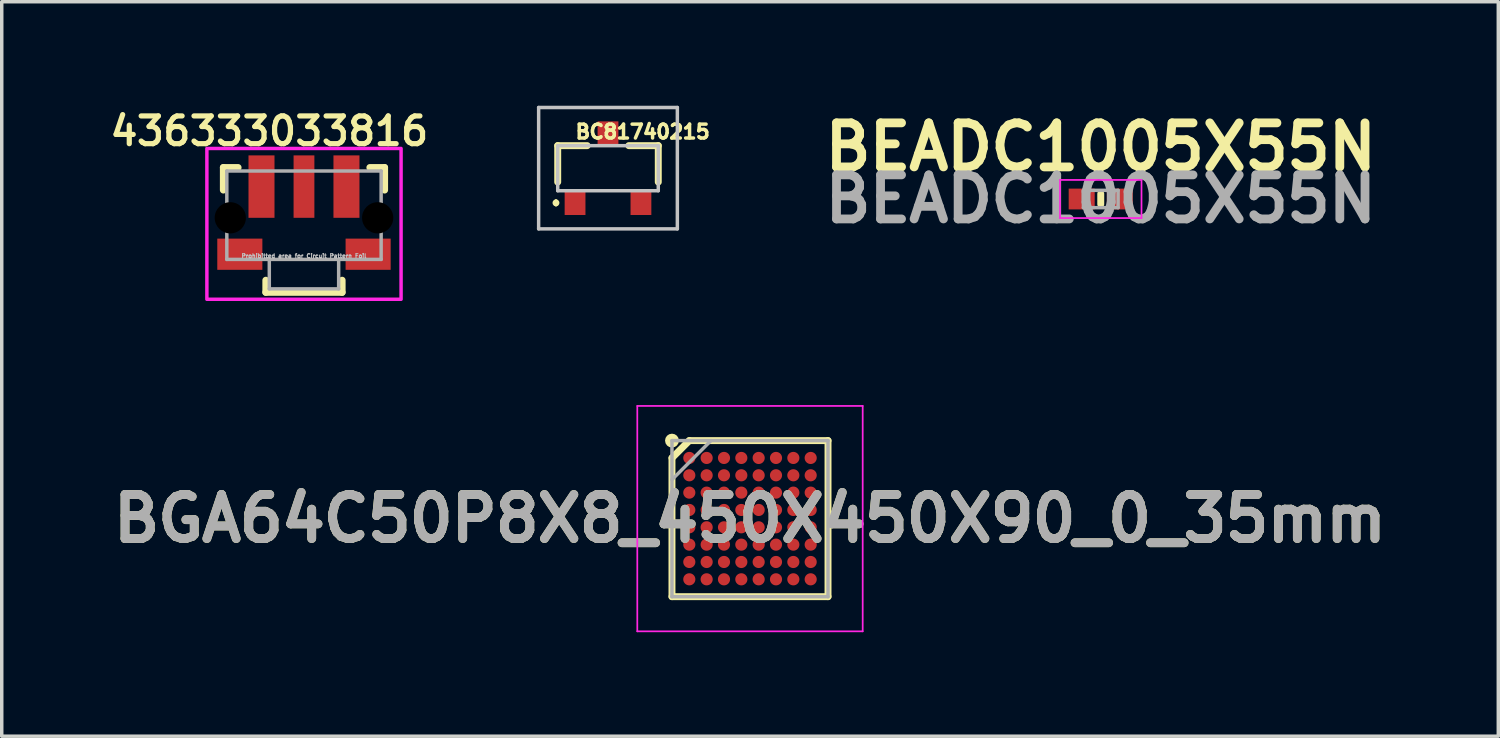
<source format=kicad_pcb>
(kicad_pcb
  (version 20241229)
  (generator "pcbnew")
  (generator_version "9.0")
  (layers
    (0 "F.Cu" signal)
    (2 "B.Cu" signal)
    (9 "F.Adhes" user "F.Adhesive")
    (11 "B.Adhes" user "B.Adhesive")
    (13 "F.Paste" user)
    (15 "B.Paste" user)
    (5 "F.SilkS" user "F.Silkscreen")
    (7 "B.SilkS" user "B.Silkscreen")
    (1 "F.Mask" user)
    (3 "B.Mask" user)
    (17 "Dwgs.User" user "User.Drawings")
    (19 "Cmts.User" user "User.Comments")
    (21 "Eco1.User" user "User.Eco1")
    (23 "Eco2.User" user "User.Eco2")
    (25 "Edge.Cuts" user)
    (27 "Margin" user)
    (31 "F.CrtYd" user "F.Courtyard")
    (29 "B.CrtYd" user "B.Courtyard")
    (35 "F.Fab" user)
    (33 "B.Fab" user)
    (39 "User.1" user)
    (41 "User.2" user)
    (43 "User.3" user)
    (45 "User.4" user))
  (footprint "BC81740215"
    (layer "F.Cu")
    (at 14.483 1.8)
    (property "Reference" "BC81740215" (at 1 -1.05 0) (unlocked yes) (layer "F.SilkS") (effects (font (size 0.4 0.4) (thickness 0.254))))
    (attr smd)
    (fp_line (start -1.5 0.95) (end -1.5 0.95) (stroke (width 0.1) (type solid)) (layer "F.SilkS"))
    (fp_line (start -1.5 1.05) (end -1.5 1.05) (stroke (width 0.1) (type solid)) (layer "F.SilkS"))
    (fp_line (start -1.45 -0.65) (end -1.45 0.4) (stroke (width 0.2) (type solid)) (layer "F.SilkS"))
    (fp_line (start -0.6 -0.65) (end -1.45 -0.65) (stroke (width 0.2) (type solid)) (layer "F.SilkS"))
    (fp_line (start 0.6 -0.65) (end 1.45 -0.65) (stroke (width 0.2) (type solid)) (layer "F.SilkS"))
    (fp_line (start 1.45 -0.65) (end 1.45 0.4) (stroke (width 0.2) (type solid)) (layer "F.SilkS"))
    (fp_arc (start -1.5 0.95) (mid -1.45 1) (end -1.5 1.05) (stroke (width 0.1) (type solid)) (layer "F.SilkS"))
    (fp_arc (start -1.5 1.05) (mid -1.55 1) (end -1.5 0.95) (stroke (width 0.1) (type solid)) (layer "F.SilkS"))
    (fp_line (start -2 -1.75) (end 2 -1.75) (stroke (width 0.1) (type solid)) (layer "Dwgs.User"))
    (fp_line (start -2 1.75) (end -2 -1.75) (stroke (width 0.1) (type solid)) (layer "Dwgs.User"))
    (fp_line (start -1.45 -0.65) (end 1.45 -0.65) (stroke (width 0.1) (type solid)) (layer "Dwgs.User"))
    (fp_line (start -1.45 0.65) (end -1.45 -0.65) (stroke (width 0.1) (type solid)) (layer "Dwgs.User"))
    (fp_line (start 1.45 -0.65) (end 1.45 0.65) (stroke (width 0.1) (type solid)) (layer "Dwgs.User"))
    (fp_line (start 1.45 0.65) (end -1.45 0.65) (stroke (width 0.1) (type solid)) (layer "Dwgs.User"))
    (fp_line (start 2 -1.75) (end 2 1.75) (stroke (width 0.1) (type solid)) (layer "Dwgs.User"))
    (fp_line (start 2 1.75) (end -2 1.75) (stroke (width 0.1) (type solid)) (layer "Dwgs.User"))
    (pad "1" smd rect (at -0.95 1) (size 0.6 0.7) (layers "F.Cu" "F.Mask" "F.Paste"))
    (pad "2" smd rect (at 0.95 1) (size 0.6 0.7) (layers "F.Cu" "F.Mask" "F.Paste"))
    (pad "3" smd rect (at 0 -1) (size 0.6 0.7) (layers "F.Cu" "F.Mask" "F.Paste")))
  (footprint "BEADC1005X55N"
    (layer "F.Cu")
    (at 28.693 2.689)
    (property "Reference" "BEADC1005X55N" (at 0 -1.5 0) (layer "F.SilkS") (effects (font (size 1.27 1.27) (thickness 0.254))))
    (attr smd)
    (fp_line (start 0 -0.15) (end 0 0.15) (stroke (width 0.2) (type solid)) (layer "F.SilkS"))
    (fp_line (start -1.175 -0.55) (end 1.175 -0.55) (stroke (width 0.05) (type solid)) (layer "F.CrtYd"))
    (fp_line (start -1.175 0.55) (end -1.175 -0.55) (stroke (width 0.05) (type solid)) (layer "F.CrtYd"))
    (fp_line (start 1.175 -0.55) (end 1.175 0.55) (stroke (width 0.05) (type solid)) (layer "F.CrtYd"))
    (fp_line (start 1.175 0.55) (end -1.175 0.55) (stroke (width 0.05) (type solid)) (layer "F.CrtYd"))
    (fp_line (start -0.5 -0.25) (end 0.5 -0.25) (stroke (width 0.1) (type solid)) (layer "F.Fab"))
    (fp_line (start -0.5 0.25) (end -0.5 -0.25) (stroke (width 0.1) (type solid)) (layer "F.Fab"))
    (fp_line (start 0.5 -0.25) (end 0.5 0.25) (stroke (width 0.1) (type solid)) (layer "F.Fab"))
    (fp_line (start 0.5 0.25) (end -0.5 0.25) (stroke (width 0.1) (type solid)) (layer "F.Fab"))
    (fp_text user "${REFERENCE}" (at 0 0 0) (layer "F.Fab") (effects (font (size 1.27 1.27) (thickness 0.254))))
    (pad "1" smd rect (at -0.55 0 90) (size 0.6 0.75) (layers "F.Cu" "F.Mask" "F.Paste"))
    (pad "2" smd rect (at 0.55 0 90) (size 0.6 0.75) (layers "F.Cu" "F.Mask" "F.Paste")))
  (footprint "436333033816"
    (layer "F.Cu")
    (at 5.716 3.231)
    (property "Reference" "436333033816" (at -1 -2.5 0) (layer "F.SilkS") (effects (font (size 0.8 0.8) (thickness 0.15))))
    (attr smd)
    (fp_line (start -2.325 -1.45) (end -2.325 -0.8) (stroke (width 0.2) (type solid)) (layer "F.SilkS"))
    (fp_line (start -1.9 -1.45) (end -2.325 -1.45) (stroke (width 0.2) (type solid)) (layer "F.SilkS"))
    (fp_line (start -1.1 1.8) (end -1.1 2.15) (stroke (width 0.2) (type solid)) (layer "F.SilkS"))
    (fp_line (start -1.1 2.15) (end 1.1 2.15) (stroke (width 0.2) (type solid)) (layer "F.SilkS"))
    (fp_line (start 1.1 2.15) (end 1.1 1.8) (stroke (width 0.2) (type solid)) (layer "F.SilkS"))
    (fp_line (start 1.9 -1.45) (end 2.325 -1.45) (stroke (width 0.2) (type solid)) (layer "F.SilkS"))
    (fp_line (start 2.325 -1.45) (end 2.325 -0.8) (stroke (width 0.2) (type solid)) (layer "F.SilkS"))
    (fp_poly (pts (xy -2.8 -2) (xy 2.8 -2) (xy 2.8 2.35) (xy -2.8 2.35)) (stroke (width 0.1) (type solid)) (fill no) (layer "F.CrtYd"))
    (fp_line (start -2.225 -1.35) (end 2.225 -1.35) (stroke (width 0.1) (type solid)) (layer "F.Fab"))
    (fp_line (start -2.225 1.2) (end -2.225 -1.35) (stroke (width 0.1) (type solid)) (layer "F.Fab"))
    (fp_line (start -1 1.2) (end -2.225 1.2) (stroke (width 0.1) (type solid)) (layer "F.Fab"))
    (fp_line (start -1 1.2) (end -1 2.05) (stroke (width 0.1) (type solid)) (layer "F.Fab"))
    (fp_line (start -1 2.05) (end 1 2.05) (stroke (width 0.1) (type solid)) (layer "F.Fab"))
    (fp_line (start 1 1.2) (end -1 1.2) (stroke (width 0.1) (type solid)) (layer "F.Fab"))
    (fp_line (start 1 2.05) (end 1 1.2) (stroke (width 0.1) (type solid)) (layer "F.Fab"))
    (fp_line (start 2.225 -1.35) (end 2.225 1.2) (stroke (width 0.1) (type solid)) (layer "F.Fab"))
    (fp_line (start 2.225 1.2) (end 1 1.2) (stroke (width 0.1) (type solid)) (layer "F.Fab"))
    (fp_text user "Prohibitted area for Circuit Pattern Foil" (at 0 1.1 0) (layer "Dwgs.User") (effects (font (size 0.118 0.118) (thickness 0.15))))
    (pad "" np_thru_hole circle (at -2.125 0) (size 0.9 0.9) (drill 0.9) (layers "*.Mask"))
    (pad "" np_thru_hole circle (at 2.125 0) (size 0.9 0.9) (drill 0.9) (layers "*.Mask"))
    (pad "1" smd rect (at -1.225 -0.9) (size 0.75 1.8) (layers "F.Cu" "F.Mask" "F.Paste"))
    (pad "2" smd rect (at 0 -0.9) (size 0.6 1.8) (layers "F.Cu" "F.Mask" "F.Paste"))
    (pad "3" smd rect (at 1.225 -0.9) (size 0.75 1.8) (layers "F.Cu" "F.Mask" "F.Paste"))
    (pad "Z1" smd rect (at -1.85 1.05) (size 1.3 0.9) (layers "F.Cu" "F.Mask" "F.Paste"))
    (pad "Z2" smd rect (at 1.85 1.05) (size 1.3 0.9) (layers "F.Cu" "F.Mask" "F.Paste"))
    (zone (net_name "") (layer "F.Cu") (hatch full 0.508) (connect_pads) (min_thickness 0.1) (filled_areas_thickness no) (keepout (tracks not_allowed) (vias not_allowed) (pads not_allowed) (copperpour not_allowed) (footprints allowed)) (placement (enabled no)) (fill) (polygon (pts (xy 4.716 3.531) (xy 6.716 3.531) (xy 6.716 4.731) (xy 4.716 4.731)))))
  (footprint "BGA64C50P8X8_450X450X90_0_35mm"
    (layer "F.Cu")
    (at 18.578 11.906)
    (property "Reference" "BGA64C50P8X8_450X450X90_0_35mm" (at 0 0 0) (layer "F.SilkS") (effects (font (size 1.27 1.27) (thickness 0.254))))
    (attr smd)
    (fp_line (start -2.25 -1.75) (end -1.75 -2.25) (stroke (width 0.2) (type solid)) (layer "F.SilkS"))
    (fp_line (start -2.25 2.25) (end -2.25 -1.75) (stroke (width 0.2) (type solid)) (layer "F.SilkS"))
    (fp_line (start -1.75 -2.25) (end 2.25 -2.25) (stroke (width 0.2) (type solid)) (layer "F.SilkS"))
    (fp_line (start 2.25 -2.25) (end 2.25 2.25) (stroke (width 0.2) (type solid)) (layer "F.SilkS"))
    (fp_line (start 2.25 2.25) (end -2.25 2.25) (stroke (width 0.2) (type solid)) (layer "F.SilkS"))
    (fp_circle (center -2.25 -2.25) (end -2.25 -2.15) (stroke (width 0.2) (type solid)) (fill no) (layer "F.SilkS"))
    (fp_line (start -3.25 -3.25) (end 3.25 -3.25) (stroke (width 0.05) (type solid)) (layer "F.CrtYd"))
    (fp_line (start -3.25 3.25) (end -3.25 -3.25) (stroke (width 0.05) (type solid)) (layer "F.CrtYd"))
    (fp_line (start 3.25 -3.25) (end 3.25 3.25) (stroke (width 0.05) (type solid)) (layer "F.CrtYd"))
    (fp_line (start 3.25 3.25) (end -3.25 3.25) (stroke (width 0.05) (type solid)) (layer "F.CrtYd"))
    (fp_line (start -2.25 -2.25) (end 2.25 -2.25) (stroke (width 0.1) (type solid)) (layer "F.Fab"))
    (fp_line (start -2.25 -1.125) (end -1.125 -2.25) (stroke (width 0.1) (type solid)) (layer "F.Fab"))
    (fp_line (start -2.25 2.25) (end -2.25 -2.25) (stroke (width 0.1) (type solid)) (layer "F.Fab"))
    (fp_line (start 2.25 -2.25) (end 2.25 2.25) (stroke (width 0.1) (type solid)) (layer "F.Fab"))
    (fp_line (start 2.25 2.25) (end -2.25 2.25) (stroke (width 0.1) (type solid)) (layer "F.Fab"))
    (fp_text user "${REFERENCE}" (at 0 0 0) (layer "F.Fab") (effects (font (size 1.27 1.27) (thickness 0.254))))
    (pad "A1" smd circle (at -1.75 -1.75 90) (size 0.35 0.35) (layers "F.Cu" "F.Mask" "F.Paste"))
    (pad "A2" smd circle (at -1.25 -1.75 90) (size 0.35 0.35) (layers "F.Cu" "F.Mask" "F.Paste"))
    (pad "A3" smd circle (at -0.75 -1.75 90) (size 0.35 0.35) (layers "F.Cu" "F.Mask" "F.Paste"))
    (pad "A4" smd circle (at -0.25 -1.75 90) (size 0.35 0.35) (layers "F.Cu" "F.Mask" "F.Paste"))
    (pad "A5" smd circle (at 0.25 -1.75 90) (size 0.35 0.35) (layers "F.Cu" "F.Mask" "F.Paste"))
    (pad "A6" smd circle (at 0.75 -1.75 90) (size 0.35 0.35) (layers "F.Cu" "F.Mask" "F.Paste"))
    (pad "A7" smd circle (at 1.25 -1.75 90) (size 0.35 0.35) (layers "F.Cu" "F.Mask" "F.Paste"))
    (pad "A8" smd circle (at 1.75 -1.75 90) (size 0.35 0.35) (layers "F.Cu" "F.Mask" "F.Paste"))
    (pad "B1" smd circle (at -1.75 -1.25 90) (size 0.35 0.35) (layers "F.Cu" "F.Mask" "F.Paste"))
    (pad "B2" smd circle (at -1.25 -1.25 90) (size 0.35 0.35) (layers "F.Cu" "F.Mask" "F.Paste"))
    (pad "B3" smd circle (at -0.75 -1.25 90) (size 0.35 0.35) (layers "F.Cu" "F.Mask" "F.Paste"))
    (pad "B4" smd circle (at -0.25 -1.25 90) (size 0.35 0.35) (layers "F.Cu" "F.Mask" "F.Paste"))
    (pad "B5" smd circle (at 0.25 -1.25 90) (size 0.35 0.35) (layers "F.Cu" "F.Mask" "F.Paste"))
    (pad "B6" smd circle (at 0.75 -1.25 90) (size 0.35 0.35) (layers "F.Cu" "F.Mask" "F.Paste"))
    (pad "B7" smd circle (at 1.25 -1.25 90) (size 0.35 0.35) (layers "F.Cu" "F.Mask" "F.Paste"))
    (pad "B8" smd circle (at 1.75 -1.25 90) (size 0.35 0.35) (layers "F.Cu" "F.Mask" "F.Paste"))
    (pad "C1" smd circle (at -1.75 -0.75 90) (size 0.35 0.35) (layers "F.Cu" "F.Mask" "F.Paste"))
    (pad "C2" smd circle (at -1.25 -0.75 90) (size 0.35 0.35) (layers "F.Cu" "F.Mask" "F.Paste"))
    (pad "C3" smd circle (at -0.75 -0.75 90) (size 0.35 0.35) (layers "F.Cu" "F.Mask" "F.Paste"))
    (pad "C4" smd circle (at -0.25 -0.75 90) (size 0.35 0.35) (layers "F.Cu" "F.Mask" "F.Paste"))
    (pad "C5" smd circle (at 0.25 -0.75 90) (size 0.35 0.35) (layers "F.Cu" "F.Mask" "F.Paste"))
    (pad "C6" smd circle (at 0.75 -0.75 90) (size 0.35 0.35) (layers "F.Cu" "F.Mask" "F.Paste"))
    (pad "C7" smd circle (at 1.25 -0.75 90) (size 0.35 0.35) (layers "F.Cu" "F.Mask" "F.Paste"))
    (pad "C8" smd circle (at 1.75 -0.75 90) (size 0.35 0.35) (layers "F.Cu" "F.Mask" "F.Paste"))
    (pad "D1" smd circle (at -1.75 -0.25 90) (size 0.35 0.35) (layers "F.Cu" "F.Mask" "F.Paste"))
    (pad "D2" smd circle (at -1.25 -0.25 90) (size 0.35 0.35) (layers "F.Cu" "F.Mask" "F.Paste"))
    (pad "D3" smd circle (at -0.75 -0.25 90) (size 0.35 0.35) (layers "F.Cu" "F.Mask" "F.Paste"))
    (pad "D4" smd circle (at -0.25 -0.25 90) (size 0.35 0.35) (layers "F.Cu" "F.Mask" "F.Paste"))
    (pad "D5" smd circle (at 0.25 -0.25 90) (size 0.35 0.35) (layers "F.Cu" "F.Mask" "F.Paste"))
    (pad "D6" smd circle (at 0.75 -0.25 90) (size 0.35 0.35) (layers "F.Cu" "F.Mask" "F.Paste"))
    (pad "D7" smd circle (at 1.25 -0.25 90) (size 0.35 0.35) (layers "F.Cu" "F.Mask" "F.Paste"))
    (pad "D8" smd circle (at 1.75 -0.25 90) (size 0.35 0.35) (layers "F.Cu" "F.Mask" "F.Paste"))
    (pad "E1" smd circle (at -1.75 0.25 90) (size 0.35 0.35) (layers "F.Cu" "F.Mask" "F.Paste"))
    (pad "E2" smd circle (at -1.25 0.25 90) (size 0.35 0.35) (layers "F.Cu" "F.Mask" "F.Paste"))
    (pad "E3" smd circle (at -0.75 0.25 90) (size 0.35 0.35) (layers "F.Cu" "F.Mask" "F.Paste"))
    (pad "E4" smd circle (at -0.25 0.25 90) (size 0.35 0.35) (layers "F.Cu" "F.Mask" "F.Paste"))
    (pad "E5" smd circle (at 0.25 0.25 90) (size 0.35 0.35) (layers "F.Cu" "F.Mask" "F.Paste"))
    (pad "E6" smd circle (at 0.75 0.25 90) (size 0.35 0.35) (layers "F.Cu" "F.Mask" "F.Paste"))
    (pad "E7" smd circle (at 1.25 0.25 90) (size 0.35 0.35) (layers "F.Cu" "F.Mask" "F.Paste"))
    (pad "E8" smd circle (at 1.75 0.25 90) (size 0.35 0.35) (layers "F.Cu" "F.Mask" "F.Paste"))
    (pad "F1" smd circle (at -1.75 0.75 90) (size 0.35 0.35) (layers "F.Cu" "F.Mask" "F.Paste"))
    (pad "F2" smd circle (at -1.25 0.75 90) (size 0.35 0.35) (layers "F.Cu" "F.Mask" "F.Paste"))
    (pad "F3" smd circle (at -0.75 0.75 90) (size 0.35 0.35) (layers "F.Cu" "F.Mask" "F.Paste"))
    (pad "F4" smd circle (at -0.25 0.75 90) (size 0.35 0.35) (layers "F.Cu" "F.Mask" "F.Paste"))
    (pad "F5" smd circle (at 0.25 0.75 90) (size 0.35 0.35) (layers "F.Cu" "F.Mask" "F.Paste"))
    (pad "F6" smd circle (at 0.75 0.75 90) (size 0.35 0.35) (layers "F.Cu" "F.Mask" "F.Paste"))
    (pad "F7" smd circle (at 1.25 0.75 90) (size 0.35 0.35) (layers "F.Cu" "F.Mask" "F.Paste"))
    (pad "F8" smd circle (at 1.75 0.75 90) (size 0.35 0.35) (layers "F.Cu" "F.Mask" "F.Paste"))
    (pad "G1" smd circle (at -1.75 1.25 90) (size 0.35 0.35) (layers "F.Cu" "F.Mask" "F.Paste"))
    (pad "G2" smd circle (at -1.25 1.25 90) (size 0.35 0.35) (layers "F.Cu" "F.Mask" "F.Paste"))
    (pad "G3" smd circle (at -0.75 1.25 90) (size 0.35 0.35) (layers "F.Cu" "F.Mask" "F.Paste"))
    (pad "G4" smd circle (at -0.25 1.25 90) (size 0.35 0.35) (layers "F.Cu" "F.Mask" "F.Paste"))
    (pad "G5" smd circle (at 0.25 1.25 90) (size 0.35 0.35) (layers "F.Cu" "F.Mask" "F.Paste"))
    (pad "G6" smd circle (at 0.75 1.25 90) (size 0.35 0.35) (layers "F.Cu" "F.Mask" "F.Paste"))
    (pad "G7" smd circle (at 1.25 1.25 90) (size 0.35 0.35) (layers "F.Cu" "F.Mask" "F.Paste"))
    (pad "G8" smd circle (at 1.75 1.25 90) (size 0.35 0.35) (layers "F.Cu" "F.Mask" "F.Paste"))
    (pad "H1" smd circle (at -1.75 1.75 90) (size 0.35 0.35) (layers "F.Cu" "F.Mask" "F.Paste"))
    (pad "H2" smd circle (at -1.25 1.75 90) (size 0.35 0.35) (layers "F.Cu" "F.Mask" "F.Paste"))
    (pad "H3" smd circle (at -0.75 1.75 90) (size 0.35 0.35) (layers "F.Cu" "F.Mask" "F.Paste"))
    (pad "H4" smd circle (at -0.25 1.75 90) (size 0.35 0.35) (layers "F.Cu" "F.Mask" "F.Paste"))
    (pad "H5" smd circle (at 0.25 1.75 90) (size 0.35 0.35) (layers "F.Cu" "F.Mask" "F.Paste"))
    (pad "H6" smd circle (at 0.75 1.75 90) (size 0.35 0.35) (layers "F.Cu" "F.Mask" "F.Paste"))
    (pad "H7" smd circle (at 1.25 1.75 90) (size 0.35 0.35) (layers "F.Cu" "F.Mask" "F.Paste"))
    (pad "H8" smd circle (at 1.75 1.75 90) (size 0.35 0.35) (layers "F.Cu" "F.Mask" "F.Paste")))
  (gr_rect
    (start -3 -3)
    (end 40.157 18.181)
    (stroke (width 0.1) (type default))
    (fill no)
    (layer "Edge.Cuts")))
</source>
